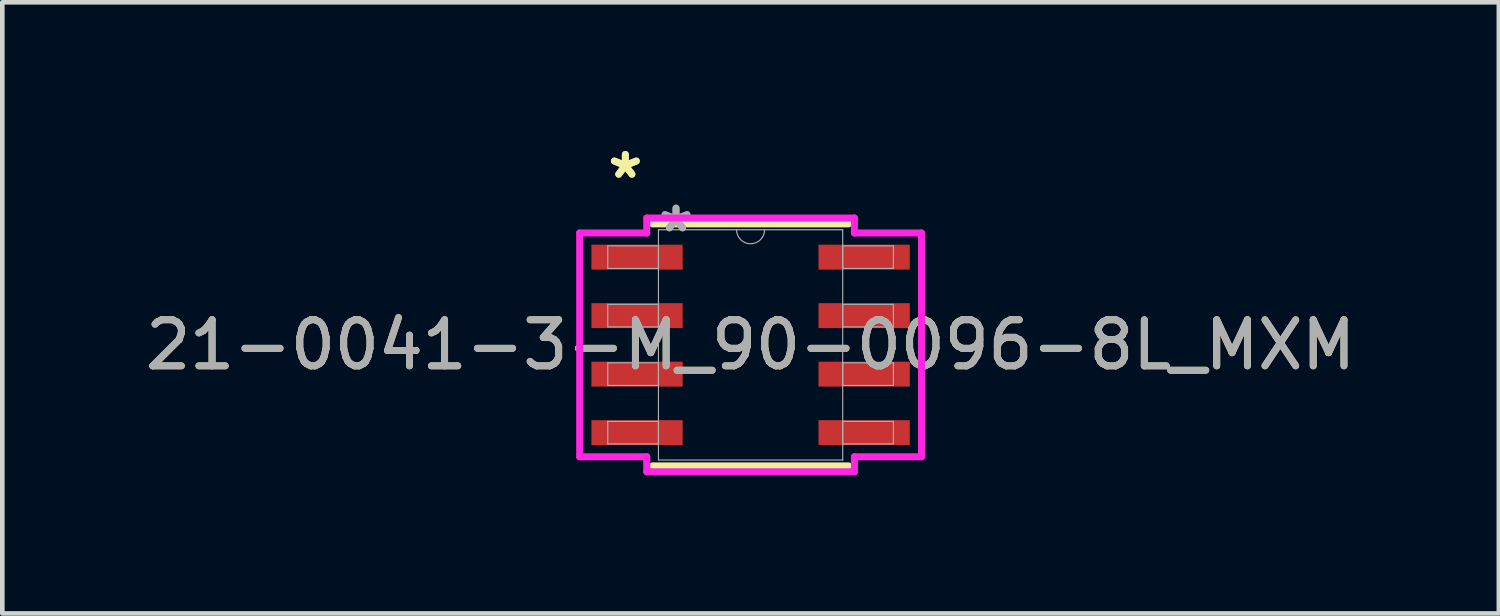
<source format=kicad_pcb>
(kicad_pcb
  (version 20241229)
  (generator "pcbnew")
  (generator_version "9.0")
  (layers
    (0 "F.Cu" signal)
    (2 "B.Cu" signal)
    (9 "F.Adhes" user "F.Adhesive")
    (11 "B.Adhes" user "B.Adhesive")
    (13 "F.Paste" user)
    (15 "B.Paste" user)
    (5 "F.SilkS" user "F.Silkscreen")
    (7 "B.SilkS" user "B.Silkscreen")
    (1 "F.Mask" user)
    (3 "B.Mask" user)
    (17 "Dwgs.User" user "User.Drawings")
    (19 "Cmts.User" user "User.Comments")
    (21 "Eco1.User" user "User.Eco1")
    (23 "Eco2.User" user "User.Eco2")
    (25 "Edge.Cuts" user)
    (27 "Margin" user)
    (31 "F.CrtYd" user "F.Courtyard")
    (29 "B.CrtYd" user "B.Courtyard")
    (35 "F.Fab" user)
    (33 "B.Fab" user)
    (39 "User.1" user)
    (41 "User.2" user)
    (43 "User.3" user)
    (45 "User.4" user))
  (footprint "21-0041-3-M_90-0096-8L_MXM"
    (layer "F.Cu")
    (at 13.244 4.437)
    (property "Reference" "21-0041-3-M_90-0096-8L_MXM" (at 0 0 0) (unlocked yes) (layer "F.SilkS") (effects (font (size 1 1) (thickness 0.15))))
    (attr smd)
    (fp_line (start -2.127 2.627) (end 2.127 2.627) (stroke (width 0.152) (type solid)) (layer "F.SilkS"))
    (fp_line (start 2.127 -2.627) (end -2.127 -2.627) (stroke (width 0.152) (type solid)) (layer "F.SilkS"))
    (fp_line (start -3.71 -2.429) (end -2.254 -2.429) (stroke (width 0.152) (type solid)) (layer "F.CrtYd"))
    (fp_line (start -3.71 2.429) (end -3.71 -2.429) (stroke (width 0.152) (type solid)) (layer "F.CrtYd"))
    (fp_line (start -3.71 2.429) (end -2.254 2.429) (stroke (width 0.152) (type solid)) (layer "F.CrtYd"))
    (fp_line (start -2.254 -2.754) (end 2.254 -2.754) (stroke (width 0.152) (type solid)) (layer "F.CrtYd"))
    (fp_line (start -2.254 -2.429) (end -2.254 -2.754) (stroke (width 0.152) (type solid)) (layer "F.CrtYd"))
    (fp_line (start -2.254 2.754) (end -2.254 2.429) (stroke (width 0.152) (type solid)) (layer "F.CrtYd"))
    (fp_line (start 2.254 -2.754) (end 2.254 -2.429) (stroke (width 0.152) (type solid)) (layer "F.CrtYd"))
    (fp_line (start 2.254 2.429) (end 2.254 2.754) (stroke (width 0.152) (type solid)) (layer "F.CrtYd"))
    (fp_line (start 2.254 2.754) (end -2.254 2.754) (stroke (width 0.152) (type solid)) (layer "F.CrtYd"))
    (fp_line (start 3.71 -2.429) (end 2.254 -2.429) (stroke (width 0.152) (type solid)) (layer "F.CrtYd"))
    (fp_line (start 3.71 -2.429) (end 3.71 2.429) (stroke (width 0.152) (type solid)) (layer "F.CrtYd"))
    (fp_line (start 3.71 2.429) (end 2.254 2.429) (stroke (width 0.152) (type solid)) (layer "F.CrtYd"))
    (fp_line (start -3.1 -2.15) (end -3.1 -1.66) (stroke (width 0.025) (type solid)) (layer "F.Fab"))
    (fp_line (start -3.1 -1.66) (end -2 -1.66) (stroke (width 0.025) (type solid)) (layer "F.Fab"))
    (fp_line (start -3.1 -0.88) (end -3.1 -0.39) (stroke (width 0.025) (type solid)) (layer "F.Fab"))
    (fp_line (start -3.1 -0.39) (end -2 -0.39) (stroke (width 0.025) (type solid)) (layer "F.Fab"))
    (fp_line (start -3.1 0.39) (end -3.1 0.88) (stroke (width 0.025) (type solid)) (layer "F.Fab"))
    (fp_line (start -3.1 0.88) (end -2 0.88) (stroke (width 0.025) (type solid)) (layer "F.Fab"))
    (fp_line (start -3.1 1.66) (end -3.1 2.15) (stroke (width 0.025) (type solid)) (layer "F.Fab"))
    (fp_line (start -3.1 2.15) (end -2 2.15) (stroke (width 0.025) (type solid)) (layer "F.Fab"))
    (fp_line (start -2 -2.5) (end -2 2.5) (stroke (width 0.025) (type solid)) (layer "F.Fab"))
    (fp_line (start -2 -2.15) (end -3.1 -2.15) (stroke (width 0.025) (type solid)) (layer "F.Fab"))
    (fp_line (start -2 -1.66) (end -2 -2.15) (stroke (width 0.025) (type solid)) (layer "F.Fab"))
    (fp_line (start -2 -0.88) (end -3.1 -0.88) (stroke (width 0.025) (type solid)) (layer "F.Fab"))
    (fp_line (start -2 -0.39) (end -2 -0.88) (stroke (width 0.025) (type solid)) (layer "F.Fab"))
    (fp_line (start -2 0.39) (end -3.1 0.39) (stroke (width 0.025) (type solid)) (layer "F.Fab"))
    (fp_line (start -2 0.88) (end -2 0.39) (stroke (width 0.025) (type solid)) (layer "F.Fab"))
    (fp_line (start -2 1.66) (end -3.1 1.66) (stroke (width 0.025) (type solid)) (layer "F.Fab"))
    (fp_line (start -2 2.15) (end -2 1.66) (stroke (width 0.025) (type solid)) (layer "F.Fab"))
    (fp_line (start -2 2.5) (end 2 2.5) (stroke (width 0.025) (type solid)) (layer "F.Fab"))
    (fp_line (start 2 -2.5) (end -2 -2.5) (stroke (width 0.025) (type solid)) (layer "F.Fab"))
    (fp_line (start 2 -2.15) (end 2 -1.66) (stroke (width 0.025) (type solid)) (layer "F.Fab"))
    (fp_line (start 2 -1.66) (end 3.1 -1.66) (stroke (width 0.025) (type solid)) (layer "F.Fab"))
    (fp_line (start 2 -0.88) (end 2 -0.39) (stroke (width 0.025) (type solid)) (layer "F.Fab"))
    (fp_line (start 2 -0.39) (end 3.1 -0.39) (stroke (width 0.025) (type solid)) (layer "F.Fab"))
    (fp_line (start 2 0.39) (end 2 0.88) (stroke (width 0.025) (type solid)) (layer "F.Fab"))
    (fp_line (start 2 0.88) (end 3.1 0.88) (stroke (width 0.025) (type solid)) (layer "F.Fab"))
    (fp_line (start 2 1.66) (end 2 2.15) (stroke (width 0.025) (type solid)) (layer "F.Fab"))
    (fp_line (start 2 2.15) (end 3.1 2.15) (stroke (width 0.025) (type solid)) (layer "F.Fab"))
    (fp_line (start 2 2.5) (end 2 -2.5) (stroke (width 0.025) (type solid)) (layer "F.Fab"))
    (fp_line (start 3.1 -2.15) (end 2 -2.15) (stroke (width 0.025) (type solid)) (layer "F.Fab"))
    (fp_line (start 3.1 -1.66) (end 3.1 -2.15) (stroke (width 0.025) (type solid)) (layer "F.Fab"))
    (fp_line (start 3.1 -0.88) (end 2 -0.88) (stroke (width 0.025) (type solid)) (layer "F.Fab"))
    (fp_line (start 3.1 -0.39) (end 3.1 -0.88) (stroke (width 0.025) (type solid)) (layer "F.Fab"))
    (fp_line (start 3.1 0.39) (end 2 0.39) (stroke (width 0.025) (type solid)) (layer "F.Fab"))
    (fp_line (start 3.1 0.88) (end 3.1 0.39) (stroke (width 0.025) (type solid)) (layer "F.Fab"))
    (fp_line (start 3.1 1.66) (end 2 1.66) (stroke (width 0.025) (type solid)) (layer "F.Fab"))
    (fp_line (start 3.1 2.15) (end 3.1 1.66) (stroke (width 0.025) (type solid)) (layer "F.Fab"))
    (fp_arc (start 0.3048 -2.5) (mid 0 -2.1952) (end -0.3048 -2.5) (stroke (width 0.0254) (type solid)) (layer "F.Fab"))
    (fp_text user "*" (at -2.719 -3.589 0) (layer "F.SilkS") (effects (font (size 1 1) (thickness 0.15))))
    (fp_text user "*" (at -2.719 -3.589 0) (unlocked yes) (layer "F.SilkS") (effects (font (size 1 1) (thickness 0.15))))
    (fp_text user "*" (at -1.619 -2.424 0) (layer "F.Fab") (effects (font (size 1 1) (thickness 0.15))))
    (fp_text user "*" (at -1.619 -2.424 0) (unlocked yes) (layer "F.Fab") (effects (font (size 1 1) (thickness 0.15))))
    (fp_text user "${REFERENCE}" (at 0 0 0) (unlocked yes) (layer "F.Fab") (effects (font (size 1 1) (thickness 0.15))))
    (pad "1" smd rect (at -2.465 -1.905) (size 1.981 0.541) (layers "F.Cu" "F.Mask" "F.Paste"))
    (pad "2" smd rect (at -2.465 -0.635) (size 1.981 0.541) (layers "F.Cu" "F.Mask" "F.Paste"))
    (pad "3" smd rect (at -2.465 0.635) (size 1.981 0.541) (layers "F.Cu" "F.Mask" "F.Paste"))
    (pad "4" smd rect (at -2.465 1.905) (size 1.981 0.541) (layers "F.Cu" "F.Mask" "F.Paste"))
    (pad "5" smd rect (at 2.465 1.905) (size 1.981 0.541) (layers "F.Cu" "F.Mask" "F.Paste"))
    (pad "6" smd rect (at 2.465 0.635) (size 1.981 0.541) (layers "F.Cu" "F.Mask" "F.Paste"))
    (pad "7" smd rect (at 2.465 -0.635) (size 1.981 0.541) (layers "F.Cu" "F.Mask" "F.Paste"))
    (pad "8" smd rect (at 2.465 -1.905) (size 1.981 0.541) (layers "F.Cu" "F.Mask" "F.Paste")))
  (gr_rect
    (start -3 -3)
    (end 29.488 10.267)
    (stroke (width 0.1) (type default))
    (fill no)
    (layer "Edge.Cuts")))
</source>
